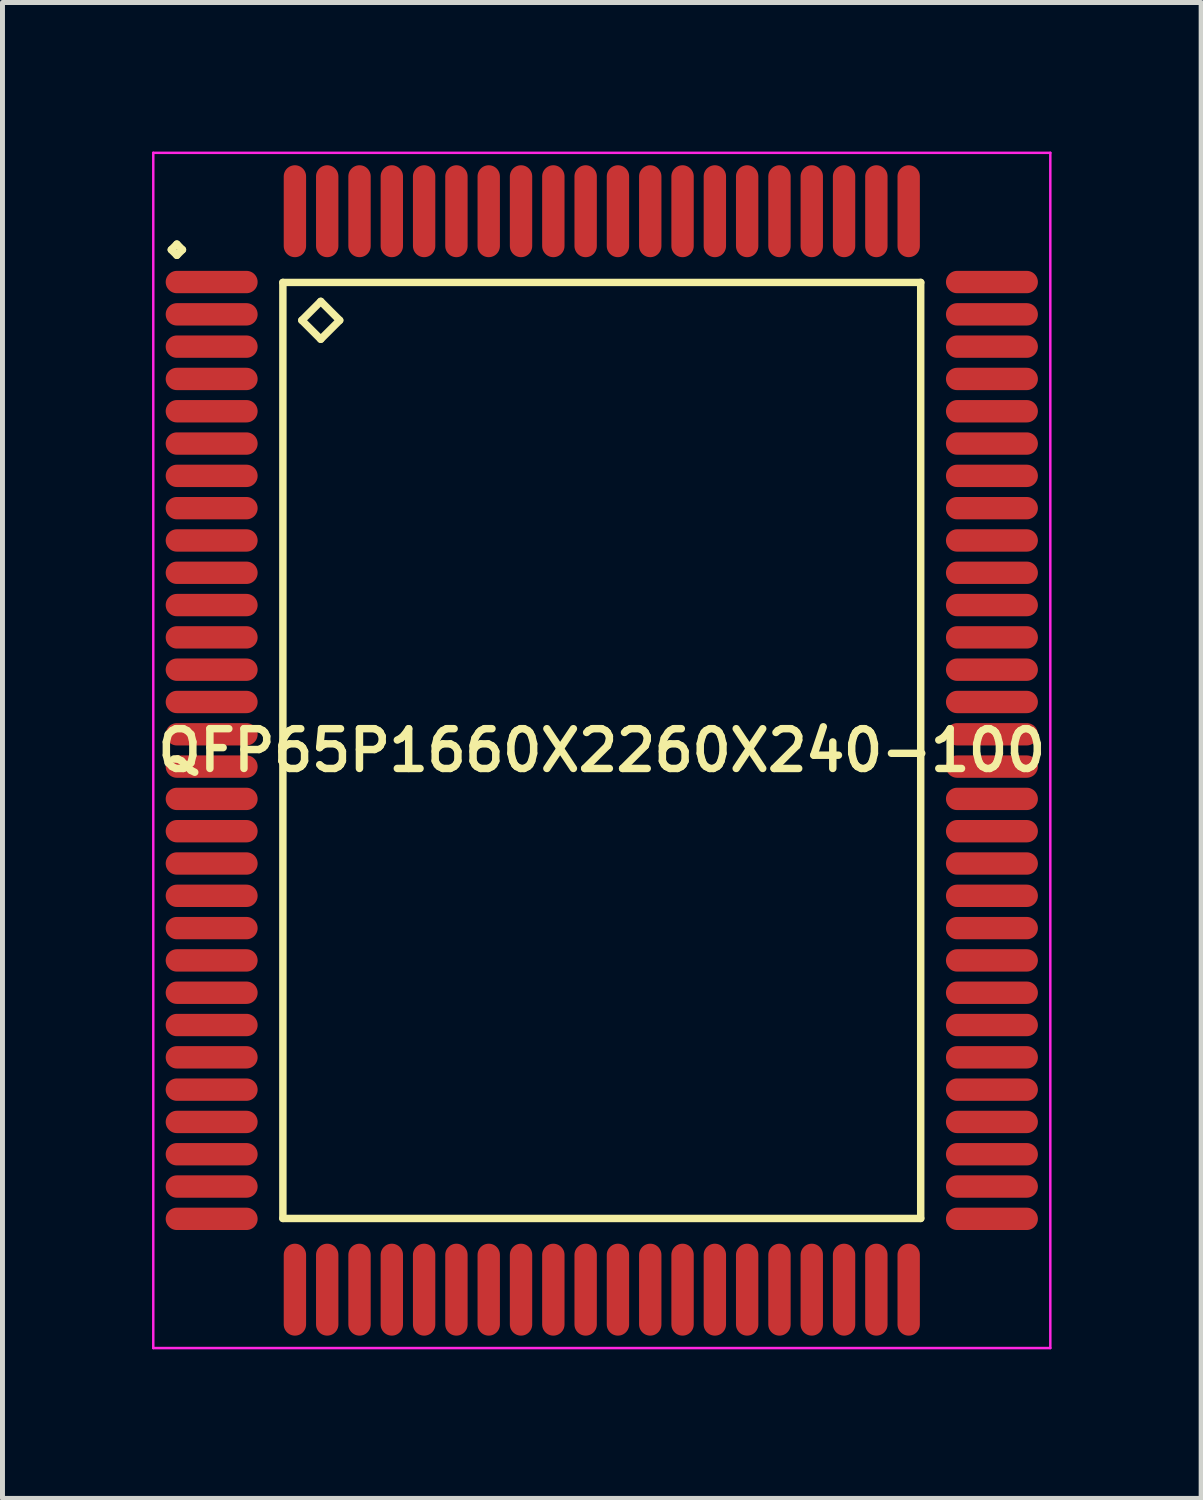
<source format=kicad_pcb>
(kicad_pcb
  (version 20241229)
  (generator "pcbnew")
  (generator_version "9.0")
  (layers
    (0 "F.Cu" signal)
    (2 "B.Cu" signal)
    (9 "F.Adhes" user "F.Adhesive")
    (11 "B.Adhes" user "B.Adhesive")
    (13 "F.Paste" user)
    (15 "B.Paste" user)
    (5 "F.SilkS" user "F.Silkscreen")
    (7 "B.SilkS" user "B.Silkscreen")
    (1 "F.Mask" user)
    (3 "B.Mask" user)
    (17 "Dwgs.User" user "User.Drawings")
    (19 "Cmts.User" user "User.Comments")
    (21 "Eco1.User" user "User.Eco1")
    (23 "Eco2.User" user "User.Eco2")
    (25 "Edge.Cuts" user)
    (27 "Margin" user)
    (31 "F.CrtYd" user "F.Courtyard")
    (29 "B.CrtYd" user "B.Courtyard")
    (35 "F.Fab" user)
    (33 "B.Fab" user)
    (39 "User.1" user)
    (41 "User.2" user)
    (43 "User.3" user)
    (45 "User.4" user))
  (footprint "QFP65P1660X2260X240-100"
    (layer "F.Cu")
    (at 9.059 12.05)
    (property "Reference" "QFP65P1660X2260X240-100" (at 0 0 0) (layer "F.SilkS") (effects (font (size 0.8 0.8) (thickness 0.15))))
    (attr smd)
    (fp_line (start -8.662 -10.075) (end -8.55 -10.188) (stroke (width 0.15) (type solid)) (layer "F.SilkS"))
    (fp_line (start -8.55 -10.188) (end -8.438 -10.075) (stroke (width 0.15) (type solid)) (layer "F.SilkS"))
    (fp_line (start -8.55 -9.963) (end -8.662 -10.075) (stroke (width 0.15) (type solid)) (layer "F.SilkS"))
    (fp_line (start -8.438 -10.075) (end -8.55 -9.963) (stroke (width 0.15) (type solid)) (layer "F.SilkS"))
    (fp_line (start -6.417 -9.417) (end -6.417 9.417) (stroke (width 0.15) (type solid)) (layer "F.SilkS"))
    (fp_line (start -6.417 9.417) (end 6.417 9.417) (stroke (width 0.15) (type solid)) (layer "F.SilkS"))
    (fp_line (start -6.036 -8.655) (end -5.655 -9.036) (stroke (width 0.15) (type solid)) (layer "F.SilkS"))
    (fp_line (start -5.655 -9.036) (end -5.274 -8.655) (stroke (width 0.15) (type solid)) (layer "F.SilkS"))
    (fp_line (start -5.655 -8.274) (end -6.036 -8.655) (stroke (width 0.15) (type solid)) (layer "F.SilkS"))
    (fp_line (start -5.274 -8.655) (end -5.655 -8.274) (stroke (width 0.15) (type solid)) (layer "F.SilkS"))
    (fp_line (start 6.417 -9.417) (end -6.417 -9.417) (stroke (width 0.15) (type solid)) (layer "F.SilkS"))
    (fp_line (start 6.417 9.417) (end 6.417 -9.417) (stroke (width 0.15) (type solid)) (layer "F.SilkS"))
    (fp_line (start -9.025 -12.025) (end 9.025 -12.025) (stroke (width 0.05) (type solid)) (layer "F.CrtYd"))
    (fp_line (start -9.025 12.025) (end -9.025 -12.025) (stroke (width 0.05) (type solid)) (layer "F.CrtYd"))
    (fp_line (start 9.025 -12.025) (end 9.025 12.025) (stroke (width 0.05) (type solid)) (layer "F.CrtYd"))
    (fp_line (start 9.025 12.025) (end -9.025 12.025) (stroke (width 0.05) (type solid)) (layer "F.CrtYd"))
    (pad "1" smd oval (at -7.85 -9.425) (size 1.85 0.45) (layers "F.Cu" "F.Mask" "F.Paste"))
    (pad "2" smd oval (at -7.85 -8.775) (size 1.85 0.45) (layers "F.Cu" "F.Mask" "F.Paste"))
    (pad "3" smd oval (at -7.85 -8.125) (size 1.85 0.45) (layers "F.Cu" "F.Mask" "F.Paste"))
    (pad "4" smd oval (at -7.85 -7.475) (size 1.85 0.45) (layers "F.Cu" "F.Mask" "F.Paste"))
    (pad "5" smd oval (at -7.85 -6.825) (size 1.85 0.45) (layers "F.Cu" "F.Mask" "F.Paste"))
    (pad "6" smd oval (at -7.85 -6.175) (size 1.85 0.45) (layers "F.Cu" "F.Mask" "F.Paste"))
    (pad "7" smd oval (at -7.85 -5.525) (size 1.85 0.45) (layers "F.Cu" "F.Mask" "F.Paste"))
    (pad "8" smd oval (at -7.85 -4.875) (size 1.85 0.45) (layers "F.Cu" "F.Mask" "F.Paste"))
    (pad "9" smd oval (at -7.85 -4.225) (size 1.85 0.45) (layers "F.Cu" "F.Mask" "F.Paste"))
    (pad "10" smd oval (at -7.85 -3.575) (size 1.85 0.45) (layers "F.Cu" "F.Mask" "F.Paste"))
    (pad "11" smd oval (at -7.85 -2.925) (size 1.85 0.45) (layers "F.Cu" "F.Mask" "F.Paste"))
    (pad "12" smd oval (at -7.85 -2.275) (size 1.85 0.45) (layers "F.Cu" "F.Mask" "F.Paste"))
    (pad "13" smd oval (at -7.85 -1.625) (size 1.85 0.45) (layers "F.Cu" "F.Mask" "F.Paste"))
    (pad "14" smd oval (at -7.85 -0.975) (size 1.85 0.45) (layers "F.Cu" "F.Mask" "F.Paste"))
    (pad "15" smd oval (at -7.85 -0.325) (size 1.85 0.45) (layers "F.Cu" "F.Mask" "F.Paste"))
    (pad "16" smd oval (at -7.85 0.325) (size 1.85 0.45) (layers "F.Cu" "F.Mask" "F.Paste"))
    (pad "17" smd oval (at -7.85 0.975) (size 1.85 0.45) (layers "F.Cu" "F.Mask" "F.Paste"))
    (pad "18" smd oval (at -7.85 1.625) (size 1.85 0.45) (layers "F.Cu" "F.Mask" "F.Paste"))
    (pad "19" smd oval (at -7.85 2.275) (size 1.85 0.45) (layers "F.Cu" "F.Mask" "F.Paste"))
    (pad "20" smd oval (at -7.85 2.925) (size 1.85 0.45) (layers "F.Cu" "F.Mask" "F.Paste"))
    (pad "21" smd oval (at -7.85 3.575) (size 1.85 0.45) (layers "F.Cu" "F.Mask" "F.Paste"))
    (pad "22" smd oval (at -7.85 4.225) (size 1.85 0.45) (layers "F.Cu" "F.Mask" "F.Paste"))
    (pad "23" smd oval (at -7.85 4.875) (size 1.85 0.45) (layers "F.Cu" "F.Mask" "F.Paste"))
    (pad "24" smd oval (at -7.85 5.525) (size 1.85 0.45) (layers "F.Cu" "F.Mask" "F.Paste"))
    (pad "25" smd oval (at -7.85 6.175) (size 1.85 0.45) (layers "F.Cu" "F.Mask" "F.Paste"))
    (pad "26" smd oval (at -7.85 6.825) (size 1.85 0.45) (layers "F.Cu" "F.Mask" "F.Paste"))
    (pad "27" smd oval (at -7.85 7.475) (size 1.85 0.45) (layers "F.Cu" "F.Mask" "F.Paste"))
    (pad "28" smd oval (at -7.85 8.125) (size 1.85 0.45) (layers "F.Cu" "F.Mask" "F.Paste"))
    (pad "29" smd oval (at -7.85 8.775) (size 1.85 0.45) (layers "F.Cu" "F.Mask" "F.Paste"))
    (pad "30" smd oval (at -7.85 9.425) (size 1.85 0.45) (layers "F.Cu" "F.Mask" "F.Paste"))
    (pad "31" smd oval (at -6.175 10.85) (size 0.45 1.85) (layers "F.Cu" "F.Mask" "F.Paste"))
    (pad "32" smd oval (at -5.525 10.85) (size 0.45 1.85) (layers "F.Cu" "F.Mask" "F.Paste"))
    (pad "33" smd oval (at -4.875 10.85) (size 0.45 1.85) (layers "F.Cu" "F.Mask" "F.Paste"))
    (pad "34" smd oval (at -4.225 10.85) (size 0.45 1.85) (layers "F.Cu" "F.Mask" "F.Paste"))
    (pad "35" smd oval (at -3.575 10.85) (size 0.45 1.85) (layers "F.Cu" "F.Mask" "F.Paste"))
    (pad "36" smd oval (at -2.925 10.85) (size 0.45 1.85) (layers "F.Cu" "F.Mask" "F.Paste"))
    (pad "37" smd oval (at -2.275 10.85) (size 0.45 1.85) (layers "F.Cu" "F.Mask" "F.Paste"))
    (pad "38" smd oval (at -1.625 10.85) (size 0.45 1.85) (layers "F.Cu" "F.Mask" "F.Paste"))
    (pad "39" smd oval (at -0.975 10.85) (size 0.45 1.85) (layers "F.Cu" "F.Mask" "F.Paste"))
    (pad "40" smd oval (at -0.325 10.85) (size 0.45 1.85) (layers "F.Cu" "F.Mask" "F.Paste"))
    (pad "41" smd oval (at 0.325 10.85) (size 0.45 1.85) (layers "F.Cu" "F.Mask" "F.Paste"))
    (pad "42" smd oval (at 0.975 10.85) (size 0.45 1.85) (layers "F.Cu" "F.Mask" "F.Paste"))
    (pad "43" smd oval (at 1.625 10.85) (size 0.45 1.85) (layers "F.Cu" "F.Mask" "F.Paste"))
    (pad "44" smd oval (at 2.275 10.85) (size 0.45 1.85) (layers "F.Cu" "F.Mask" "F.Paste"))
    (pad "45" smd oval (at 2.925 10.85) (size 0.45 1.85) (layers "F.Cu" "F.Mask" "F.Paste"))
    (pad "46" smd oval (at 3.575 10.85) (size 0.45 1.85) (layers "F.Cu" "F.Mask" "F.Paste"))
    (pad "47" smd oval (at 4.225 10.85) (size 0.45 1.85) (layers "F.Cu" "F.Mask" "F.Paste"))
    (pad "48" smd oval (at 4.875 10.85) (size 0.45 1.85) (layers "F.Cu" "F.Mask" "F.Paste"))
    (pad "49" smd oval (at 5.525 10.85) (size 0.45 1.85) (layers "F.Cu" "F.Mask" "F.Paste"))
    (pad "50" smd oval (at 6.175 10.85) (size 0.45 1.85) (layers "F.Cu" "F.Mask" "F.Paste"))
    (pad "51" smd oval (at 7.85 9.425) (size 1.85 0.45) (layers "F.Cu" "F.Mask" "F.Paste"))
    (pad "52" smd oval (at 7.85 8.775) (size 1.85 0.45) (layers "F.Cu" "F.Mask" "F.Paste"))
    (pad "53" smd oval (at 7.85 8.125) (size 1.85 0.45) (layers "F.Cu" "F.Mask" "F.Paste"))
    (pad "54" smd oval (at 7.85 7.475) (size 1.85 0.45) (layers "F.Cu" "F.Mask" "F.Paste"))
    (pad "55" smd oval (at 7.85 6.825) (size 1.85 0.45) (layers "F.Cu" "F.Mask" "F.Paste"))
    (pad "56" smd oval (at 7.85 6.175) (size 1.85 0.45) (layers "F.Cu" "F.Mask" "F.Paste"))
    (pad "57" smd oval (at 7.85 5.525) (size 1.85 0.45) (layers "F.Cu" "F.Mask" "F.Paste"))
    (pad "58" smd oval (at 7.85 4.875) (size 1.85 0.45) (layers "F.Cu" "F.Mask" "F.Paste"))
    (pad "59" smd oval (at 7.85 4.225) (size 1.85 0.45) (layers "F.Cu" "F.Mask" "F.Paste"))
    (pad "60" smd oval (at 7.85 3.575) (size 1.85 0.45) (layers "F.Cu" "F.Mask" "F.Paste"))
    (pad "61" smd oval (at 7.85 2.925) (size 1.85 0.45) (layers "F.Cu" "F.Mask" "F.Paste"))
    (pad "62" smd oval (at 7.85 2.275) (size 1.85 0.45) (layers "F.Cu" "F.Mask" "F.Paste"))
    (pad "63" smd oval (at 7.85 1.625) (size 1.85 0.45) (layers "F.Cu" "F.Mask" "F.Paste"))
    (pad "64" smd oval (at 7.85 0.975) (size 1.85 0.45) (layers "F.Cu" "F.Mask" "F.Paste"))
    (pad "65" smd oval (at 7.85 0.325) (size 1.85 0.45) (layers "F.Cu" "F.Mask" "F.Paste"))
    (pad "66" smd oval (at 7.85 -0.325) (size 1.85 0.45) (layers "F.Cu" "F.Mask" "F.Paste"))
    (pad "67" smd oval (at 7.85 -0.975) (size 1.85 0.45) (layers "F.Cu" "F.Mask" "F.Paste"))
    (pad "68" smd oval (at 7.85 -1.625) (size 1.85 0.45) (layers "F.Cu" "F.Mask" "F.Paste"))
    (pad "69" smd oval (at 7.85 -2.275) (size 1.85 0.45) (layers "F.Cu" "F.Mask" "F.Paste"))
    (pad "70" smd oval (at 7.85 -2.925) (size 1.85 0.45) (layers "F.Cu" "F.Mask" "F.Paste"))
    (pad "71" smd oval (at 7.85 -3.575) (size 1.85 0.45) (layers "F.Cu" "F.Mask" "F.Paste"))
    (pad "72" smd oval (at 7.85 -4.225) (size 1.85 0.45) (layers "F.Cu" "F.Mask" "F.Paste"))
    (pad "73" smd oval (at 7.85 -4.875) (size 1.85 0.45) (layers "F.Cu" "F.Mask" "F.Paste"))
    (pad "74" smd oval (at 7.85 -5.525) (size 1.85 0.45) (layers "F.Cu" "F.Mask" "F.Paste"))
    (pad "75" smd oval (at 7.85 -6.175) (size 1.85 0.45) (layers "F.Cu" "F.Mask" "F.Paste"))
    (pad "76" smd oval (at 7.85 -6.825) (size 1.85 0.45) (layers "F.Cu" "F.Mask" "F.Paste"))
    (pad "77" smd oval (at 7.85 -7.475) (size 1.85 0.45) (layers "F.Cu" "F.Mask" "F.Paste"))
    (pad "78" smd oval (at 7.85 -8.125) (size 1.85 0.45) (layers "F.Cu" "F.Mask" "F.Paste"))
    (pad "79" smd oval (at 7.85 -8.775) (size 1.85 0.45) (layers "F.Cu" "F.Mask" "F.Paste"))
    (pad "80" smd oval (at 7.85 -9.425) (size 1.85 0.45) (layers "F.Cu" "F.Mask" "F.Paste"))
    (pad "81" smd oval (at 6.175 -10.85) (size 0.45 1.85) (layers "F.Cu" "F.Mask" "F.Paste"))
    (pad "82" smd oval (at 5.525 -10.85) (size 0.45 1.85) (layers "F.Cu" "F.Mask" "F.Paste"))
    (pad "83" smd oval (at 4.875 -10.85) (size 0.45 1.85) (layers "F.Cu" "F.Mask" "F.Paste"))
    (pad "84" smd oval (at 4.225 -10.85) (size 0.45 1.85) (layers "F.Cu" "F.Mask" "F.Paste"))
    (pad "85" smd oval (at 3.575 -10.85) (size 0.45 1.85) (layers "F.Cu" "F.Mask" "F.Paste"))
    (pad "86" smd oval (at 2.925 -10.85) (size 0.45 1.85) (layers "F.Cu" "F.Mask" "F.Paste"))
    (pad "87" smd oval (at 2.275 -10.85) (size 0.45 1.85) (layers "F.Cu" "F.Mask" "F.Paste"))
    (pad "88" smd oval (at 1.625 -10.85) (size 0.45 1.85) (layers "F.Cu" "F.Mask" "F.Paste"))
    (pad "89" smd oval (at 0.975 -10.85) (size 0.45 1.85) (layers "F.Cu" "F.Mask" "F.Paste"))
    (pad "90" smd oval (at 0.325 -10.85) (size 0.45 1.85) (layers "F.Cu" "F.Mask" "F.Paste"))
    (pad "91" smd oval (at -0.325 -10.85) (size 0.45 1.85) (layers "F.Cu" "F.Mask" "F.Paste"))
    (pad "92" smd oval (at -0.975 -10.85) (size 0.45 1.85) (layers "F.Cu" "F.Mask" "F.Paste"))
    (pad "93" smd oval (at -1.625 -10.85) (size 0.45 1.85) (layers "F.Cu" "F.Mask" "F.Paste"))
    (pad "94" smd oval (at -2.275 -10.85) (size 0.45 1.85) (layers "F.Cu" "F.Mask" "F.Paste"))
    (pad "95" smd oval (at -2.925 -10.85) (size 0.45 1.85) (layers "F.Cu" "F.Mask" "F.Paste"))
    (pad "96" smd oval (at -3.575 -10.85) (size 0.45 1.85) (layers "F.Cu" "F.Mask" "F.Paste"))
    (pad "97" smd oval (at -4.225 -10.85) (size 0.45 1.85) (layers "F.Cu" "F.Mask" "F.Paste"))
    (pad "98" smd oval (at -4.875 -10.85) (size 0.45 1.85) (layers "F.Cu" "F.Mask" "F.Paste"))
    (pad "99" smd oval (at -5.525 -10.85) (size 0.45 1.85) (layers "F.Cu" "F.Mask" "F.Paste"))
    (pad "100" smd oval (at -6.175 -10.85) (size 0.45 1.85) (layers "F.Cu" "F.Mask" "F.Paste")))
  (gr_rect
    (start -3 -3)
    (end 21.119 27.1)
    (stroke (width 0.1) (type default))
    (fill no)
    (layer "Edge.Cuts")))
</source>
